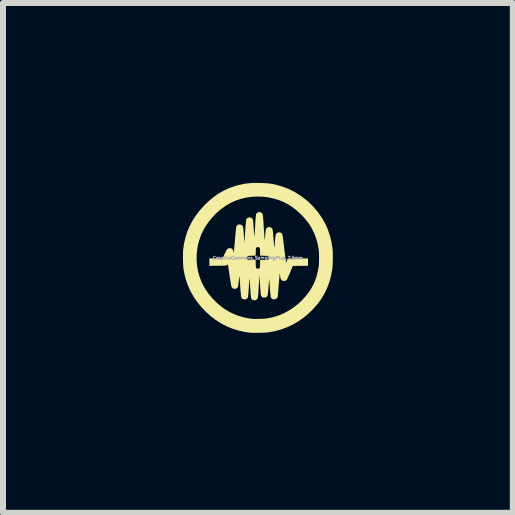
<source format=kicad_pcb>
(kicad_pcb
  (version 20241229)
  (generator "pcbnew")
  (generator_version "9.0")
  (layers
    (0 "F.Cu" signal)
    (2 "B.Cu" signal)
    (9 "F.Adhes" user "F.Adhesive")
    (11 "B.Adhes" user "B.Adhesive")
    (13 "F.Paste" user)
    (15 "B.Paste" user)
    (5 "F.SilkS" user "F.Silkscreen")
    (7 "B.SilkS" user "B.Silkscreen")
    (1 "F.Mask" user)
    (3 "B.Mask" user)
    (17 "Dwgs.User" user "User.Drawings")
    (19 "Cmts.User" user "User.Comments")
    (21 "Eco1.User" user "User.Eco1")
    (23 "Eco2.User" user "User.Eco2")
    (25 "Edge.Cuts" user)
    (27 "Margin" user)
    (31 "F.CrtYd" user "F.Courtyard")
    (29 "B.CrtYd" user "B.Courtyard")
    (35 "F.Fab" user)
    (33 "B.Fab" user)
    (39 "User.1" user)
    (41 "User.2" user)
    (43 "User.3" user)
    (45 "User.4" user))
  (footprint "CreativeCommons_SamplingPlus_2.5mm"
    (layer "F.Cu")
    (at 1.249 1.249)
    (property "Reference" "CreativeCommons_SamplingPlus_2.5mm" (at 0 0 0) (layer "F.Fab") (effects (font (size 0.05 0.05) (thickness 0.013))))
    (attr board_only exclude_from_pos_files exclude_from_bom)
    (fp_poly (pts (xy 0.036 -1.249) (xy 0.09 -1.247) (xy 0.138 -1.244) (xy 0.18 -1.241) (xy 0.22 -1.236) (xy 0.259 -1.229) (xy 0.298 -1.22) (xy 0.398 -1.192) (xy 0.496 -1.156) (xy 0.589 -1.112) (xy 0.679 -1.059) (xy 0.764 -0.999) (xy 0.845 -0.932) (xy 0.921 -0.857) (xy 0.991 -0.775) (xy 1.014 -0.745) (xy 1.072 -0.66) (xy 1.122 -0.571) (xy 1.164 -0.478) (xy 1.198 -0.381) (xy 1.224 -0.28) (xy 1.241 -0.176) (xy 1.246 -0.136) (xy 1.248 -0.107) (xy 1.249 -0.072) (xy 1.249 -0.032) (xy 1.249 0.01) (xy 1.248 0.053) (xy 1.247 0.094) (xy 1.245 0.133) (xy 1.243 0.167) (xy 1.24 0.194) (xy 1.239 0.2) (xy 1.218 0.305) (xy 1.191 0.405) (xy 1.156 0.499) (xy 1.113 0.589) (xy 1.063 0.674) (xy 1.005 0.756) (xy 0.939 0.833) (xy 0.921 0.853) (xy 0.841 0.931) (xy 0.757 1) (xy 0.67 1.061) (xy 0.579 1.113) (xy 0.485 1.157) (xy 0.387 1.193) (xy 0.286 1.221) (xy 0.181 1.24) (xy 0.152 1.243) (xy 0.131 1.245) (xy 0.103 1.247) (xy 0.07 1.248) (xy 0.034 1.249) (xy -0.002 1.249) (xy -0.038 1.249) (xy -0.072 1.249) (xy -0.1 1.249) (xy -0.122 1.247) (xy -0.127 1.247) (xy -0.233 1.232) (xy -0.336 1.208) (xy -0.435 1.176) (xy -0.53 1.136) (xy -0.622 1.087) (xy -0.71 1.03) (xy -0.794 0.965) (xy -0.874 0.892) (xy -0.95 0.81) (xy -0.953 0.807) (xy -1.019 0.725) (xy -1.076 0.64) (xy -1.125 0.552) (xy -1.166 0.461) (xy -1.2 0.365) (xy -1.225 0.265) (xy -1.239 0.193) (xy -1.242 0.169) (xy -1.244 0.138) (xy -1.246 0.102) (xy -1.248 0.062) (xy -1.249 0.02) (xy -1.249 -0.021) (xy -1.249 -0.042) (xy -1.021 -0.042) (xy -1.021 0.048) (xy -1.013 0.138) (xy -0.997 0.226) (xy -0.973 0.313) (xy -0.941 0.397) (xy -0.901 0.478) (xy -0.877 0.518) (xy -0.828 0.59) (xy -0.772 0.659) (xy -0.709 0.725) (xy -0.642 0.786) (xy -0.573 0.84) (xy -0.55 0.855) (xy -0.477 0.899) (xy -0.399 0.937) (xy -0.316 0.968) (xy -0.232 0.993) (xy -0.147 1.009) (xy -0.118 1.013) (xy -0.089 1.016) (xy -0.054 1.017) (xy -0.014 1.018) (xy 0.026 1.017) (xy 0.065 1.016) (xy 0.101 1.014) (xy 0.13 1.011) (xy 0.13 1.011) (xy 0.211 0.998) (xy 0.286 0.98) (xy 0.357 0.956) (xy 0.428 0.926) (xy 0.443 0.918) (xy 0.522 0.875) (xy 0.597 0.825) (xy 0.668 0.769) (xy 0.734 0.708) (xy 0.794 0.642) (xy 0.848 0.573) (xy 0.895 0.501) (xy 0.934 0.427) (xy 0.95 0.389) (xy 0.977 0.313) (xy 0.997 0.234) (xy 1.013 0.149) (xy 1.014 0.139) (xy 1.017 0.116) (xy 1.018 0.087) (xy 1.019 0.052) (xy 1.02 0.015) (xy 1.02 -0.023) (xy 1.019 -0.06) (xy 1.018 -0.093) (xy 1.016 -0.122) (xy 1.014 -0.136) (xy 0.998 -0.229) (xy 0.973 -0.319) (xy 0.941 -0.405) (xy 0.901 -0.487) (xy 0.861 -0.555) (xy 0.813 -0.619) (xy 0.759 -0.683) (xy 0.7 -0.743) (xy 0.636 -0.799) (xy 0.571 -0.849) (xy 0.518 -0.884) (xy 0.438 -0.927) (xy 0.354 -0.962) (xy 0.266 -0.989) (xy 0.176 -1.008) (xy 0.083 -1.02) (xy -0.011 -1.023) (xy -0.105 -1.017) (xy -0.2 -1.004) (xy -0.209 -1.002) (xy -0.298 -0.98) (xy -0.384 -0.949) (xy -0.467 -0.91) (xy -0.546 -0.862) (xy -0.622 -0.807) (xy -0.694 -0.745) (xy -0.761 -0.674) (xy -0.824 -0.597) (xy -0.857 -0.55) (xy -0.904 -0.473) (xy -0.943 -0.391) (xy -0.974 -0.307) (xy -0.998 -0.22) (xy -1.013 -0.131) (xy -1.021 -0.042) (xy -1.249 -0.042) (xy -1.249 -0.06) (xy -1.248 -0.096) (xy -1.247 -0.125) (xy -1.246 -0.135) (xy -1.231 -0.239) (xy -1.208 -0.34) (xy -1.177 -0.437) (xy -1.137 -0.53) (xy -1.09 -0.62) (xy -1.033 -0.707) (xy -0.969 -0.792) (xy -0.895 -0.873) (xy -0.878 -0.891) (xy -0.802 -0.962) (xy -0.724 -1.025) (xy -0.645 -1.079) (xy -0.563 -1.125) (xy -0.477 -1.164) (xy -0.387 -1.196) (xy -0.323 -1.214) (xy -0.272 -1.225) (xy -0.225 -1.235) (xy -0.177 -1.241) (xy -0.129 -1.246) (xy -0.077 -1.249) (xy -0.019 -1.249)) (stroke (width 0) (type solid)) (fill yes) (layer "F.SilkS"))
    (fp_poly (pts (xy 0.041 -0.761) (xy 0.054 -0.756) (xy 0.061 -0.752) (xy 0.067 -0.748) (xy 0.071 -0.743) (xy 0.075 -0.736) (xy 0.079 -0.727) (xy 0.082 -0.714) (xy 0.084 -0.697) (xy 0.087 -0.675) (xy 0.089 -0.647) (xy 0.092 -0.613) (xy 0.094 -0.571) (xy 0.097 -0.521) (xy 0.098 -0.506) (xy 0.101 -0.463) (xy 0.104 -0.424) (xy 0.106 -0.388) (xy 0.108 -0.357) (xy 0.11 -0.332) (xy 0.112 -0.313) (xy 0.113 -0.302) (xy 0.113 -0.298) (xy 0.115 -0.303) (xy 0.116 -0.316) (xy 0.118 -0.335) (xy 0.121 -0.359) (xy 0.123 -0.386) (xy 0.123 -0.388) (xy 0.126 -0.422) (xy 0.129 -0.448) (xy 0.132 -0.468) (xy 0.136 -0.482) (xy 0.141 -0.492) (xy 0.148 -0.499) (xy 0.156 -0.505) (xy 0.16 -0.507) (xy 0.18 -0.513) (xy 0.201 -0.512) (xy 0.221 -0.505) (xy 0.237 -0.492) (xy 0.242 -0.483) (xy 0.245 -0.474) (xy 0.248 -0.456) (xy 0.251 -0.429) (xy 0.254 -0.393) (xy 0.258 -0.348) (xy 0.259 -0.341) (xy 0.262 -0.292) (xy 0.265 -0.253) (xy 0.268 -0.222) (xy 0.27 -0.199) (xy 0.272 -0.183) (xy 0.273 -0.176) (xy 0.275 -0.176) (xy 0.276 -0.183) (xy 0.278 -0.196) (xy 0.28 -0.216) (xy 0.282 -0.243) (xy 0.284 -0.27) (xy 0.288 -0.308) (xy 0.291 -0.338) (xy 0.293 -0.362) (xy 0.297 -0.379) (xy 0.3 -0.392) (xy 0.305 -0.402) (xy 0.31 -0.409) (xy 0.318 -0.414) (xy 0.327 -0.419) (xy 0.328 -0.42) (xy 0.348 -0.426) (xy 0.369 -0.424) (xy 0.388 -0.416) (xy 0.403 -0.402) (xy 0.406 -0.396) (xy 0.408 -0.389) (xy 0.411 -0.373) (xy 0.415 -0.35) (xy 0.419 -0.319) (xy 0.424 -0.282) (xy 0.43 -0.239) (xy 0.436 -0.191) (xy 0.438 -0.168) (xy 0.443 -0.124) (xy 0.448 -0.082) (xy 0.453 -0.044) (xy 0.457 -0.01) (xy 0.461 0.019) (xy 0.464 0.042) (xy 0.466 0.058) (xy 0.467 0.066) (xy 0.469 0.083) (xy 0.479 0.061) (xy 0.484 0.048) (xy 0.49 0.037) (xy 0.495 0.029) (xy 0.502 0.022) (xy 0.512 0.017) (xy 0.525 0.014) (xy 0.542 0.011) (xy 0.565 0.01) (xy 0.593 0.009) (xy 0.629 0.009) (xy 0.672 0.009) (xy 0.836 0.009) (xy 0.836 0.132) (xy 0.582 0.134) (xy 0.535 0.247) (xy 0.522 0.277) (xy 0.51 0.305) (xy 0.499 0.329) (xy 0.49 0.349) (xy 0.483 0.362) (xy 0.48 0.368) (xy 0.463 0.38) (xy 0.444 0.385) (xy 0.422 0.383) (xy 0.402 0.375) (xy 0.396 0.37) (xy 0.387 0.361) (xy 0.381 0.349) (xy 0.376 0.332) (xy 0.372 0.31) (xy 0.37 0.29) (xy 0.369 0.273) (xy 0.367 0.261) (xy 0.366 0.256) (xy 0.365 0.256) (xy 0.365 0.261) (xy 0.363 0.274) (xy 0.361 0.294) (xy 0.359 0.32) (xy 0.356 0.352) (xy 0.353 0.387) (xy 0.349 0.427) (xy 0.348 0.45) (xy 0.344 0.491) (xy 0.341 0.53) (xy 0.338 0.565) (xy 0.335 0.596) (xy 0.333 0.621) (xy 0.331 0.639) (xy 0.329 0.65) (xy 0.329 0.653) (xy 0.323 0.665) (xy 0.311 0.677) (xy 0.297 0.686) (xy 0.284 0.691) (xy 0.283 0.691) (xy 0.261 0.691) (xy 0.246 0.688) (xy 0.238 0.684) (xy 0.231 0.679) (xy 0.226 0.675) (xy 0.222 0.668) (xy 0.218 0.66) (xy 0.215 0.649) (xy 0.212 0.633) (xy 0.21 0.612) (xy 0.207 0.585) (xy 0.204 0.551) (xy 0.201 0.509) (xy 0.2 0.498) (xy 0.188 0.343) (xy 0.178 0.48) (xy 0.175 0.517) (xy 0.172 0.551) (xy 0.169 0.581) (xy 0.166 0.604) (xy 0.163 0.621) (xy 0.161 0.63) (xy 0.161 0.631) (xy 0.15 0.647) (xy 0.134 0.657) (xy 0.115 0.662) (xy 0.095 0.662) (xy 0.076 0.656) (xy 0.061 0.644) (xy 0.053 0.631) (xy 0.051 0.622) (xy 0.048 0.604) (xy 0.046 0.579) (xy 0.043 0.547) (xy 0.04 0.508) (xy 0.037 0.463) (xy 0.037 0.457) (xy 0.034 0.42) (xy 0.032 0.386) (xy 0.03 0.356) (xy 0.028 0.331) (xy 0.027 0.312) (xy 0.026 0.3) (xy 0.026 0.297) (xy 0.025 0.301) (xy 0.024 0.313) (xy 0.023 0.333) (xy 0.021 0.358) (xy 0.019 0.389) (xy 0.017 0.424) (xy 0.015 0.463) (xy 0.014 0.476) (xy 0.011 0.525) (xy 0.009 0.564) (xy 0.007 0.597) (xy 0.004 0.623) (xy 0.002 0.644) (xy -0.001 0.659) (xy -0.004 0.671) (xy -0.007 0.68) (xy -0.012 0.686) (xy -0.017 0.692) (xy -0.023 0.696) (xy -0.023 0.697) (xy -0.042 0.706) (xy -0.064 0.707) (xy -0.084 0.702) (xy -0.086 0.701) (xy -0.094 0.697) (xy -0.1 0.692) (xy -0.105 0.686) (xy -0.109 0.677) (xy -0.113 0.666) (xy -0.116 0.65) (xy -0.118 0.63) (xy -0.121 0.604) (xy -0.123 0.571) (xy -0.126 0.531) (xy -0.128 0.499) (xy -0.13 0.462) (xy -0.133 0.428) (xy -0.135 0.397) (xy -0.137 0.372) (xy -0.138 0.354) (xy -0.139 0.342) (xy -0.14 0.338) (xy -0.14 0.343) (xy -0.141 0.356) (xy -0.143 0.375) (xy -0.145 0.401) (xy -0.147 0.432) (xy -0.15 0.466) (xy -0.152 0.497) (xy -0.155 0.541) (xy -0.157 0.577) (xy -0.16 0.605) (xy -0.162 0.628) (xy -0.165 0.645) (xy -0.167 0.657) (xy -0.171 0.666) (xy -0.175 0.673) (xy -0.18 0.678) (xy -0.186 0.683) (xy -0.188 0.684) (xy -0.203 0.69) (xy -0.222 0.691) (xy -0.241 0.689) (xy -0.254 0.684) (xy -0.26 0.68) (xy -0.266 0.675) (xy -0.27 0.67) (xy -0.274 0.662) (xy -0.277 0.652) (xy -0.28 0.637) (xy -0.283 0.618) (xy -0.285 0.593) (xy -0.288 0.562) (xy -0.291 0.524) (xy -0.294 0.479) (xy -0.297 0.44) (xy -0.299 0.404) (xy -0.302 0.372) (xy -0.304 0.345) (xy -0.306 0.324) (xy -0.308 0.31) (xy -0.309 0.304) (xy -0.309 0.303) (xy -0.31 0.306) (xy -0.312 0.317) (xy -0.314 0.335) (xy -0.316 0.357) (xy -0.319 0.383) (xy -0.319 0.385) (xy -0.322 0.416) (xy -0.325 0.442) (xy -0.328 0.464) (xy -0.331 0.478) (xy -0.332 0.484) (xy -0.345 0.501) (xy -0.362 0.512) (xy -0.382 0.516) (xy -0.402 0.515) (xy -0.421 0.506) (xy -0.435 0.491) (xy -0.437 0.488) (xy -0.44 0.48) (xy -0.444 0.464) (xy -0.449 0.441) (xy -0.454 0.409) (xy -0.46 0.368) (xy -0.468 0.319) (xy -0.47 0.302) (xy -0.476 0.263) (xy -0.481 0.227) (xy -0.486 0.194) (xy -0.491 0.166) (xy -0.494 0.143) (xy -0.496 0.128) (xy -0.498 0.12) (xy -0.498 0.119) (xy -0.5 0.109) (xy -0.514 0.119) (xy -0.518 0.122) (xy -0.523 0.124) (xy -0.529 0.126) (xy -0.537 0.128) (xy -0.548 0.129) (xy -0.565 0.129) (xy -0.586 0.13) (xy -0.615 0.13) (xy -0.65 0.131) (xy -0.669 0.131) (xy -0.809 0.132) (xy -0.809 0.009) (xy -0.589 0.009) (xy -0.581 -0.007) (xy -0.181 -0.007) (xy -0.18 0.01) (xy -0.173 0.023) (xy -0.169 0.028) (xy -0.164 0.031) (xy -0.157 0.033) (xy -0.146 0.034) (xy -0.129 0.035) (xy -0.105 0.035) (xy -0.101 0.036) (xy -0.037 0.037) (xy -0.036 0.101) (xy -0.035 0.126) (xy -0.034 0.144) (xy -0.033 0.156) (xy -0.031 0.164) (xy -0.028 0.169) (xy -0.024 0.173) (xy -0.023 0.173) (xy -0.011 0.18) (xy 0 0.182) (xy 0.013 0.179) (xy 0.023 0.173) (xy 0.028 0.169) (xy 0.031 0.164) (xy 0.033 0.157) (xy 0.034 0.146) (xy 0.035 0.129) (xy 0.035 0.105) (xy 0.036 0.101) (xy 0.037 0.037) (xy 0.101 0.036) (xy 0.126 0.035) (xy 0.144 0.034) (xy 0.156 0.033) (xy 0.164 0.031) (xy 0.169 0.028) (xy 0.173 0.024) (xy 0.173 0.023) (xy 0.181 0.007) (xy 0.18 -0.01) (xy 0.173 -0.023) (xy 0.169 -0.028) (xy 0.164 -0.031) (xy 0.157 -0.033) (xy 0.146 -0.034) (xy 0.129 -0.035) (xy 0.105 -0.035) (xy 0.101 -0.036) (xy 0.037 -0.037) (xy 0.036 -0.101) (xy 0.035 -0.126) (xy 0.034 -0.144) (xy 0.033 -0.156) (xy 0.031 -0.164) (xy 0.028 -0.169) (xy 0.024 -0.173) (xy 0.023 -0.173) (xy 0.011 -0.18) (xy 0 -0.182) (xy -0.013 -0.179) (xy -0.023 -0.173) (xy -0.028 -0.169) (xy -0.031 -0.164) (xy -0.033 -0.157) (xy -0.034 -0.146) (xy -0.035 -0.129) (xy -0.035 -0.105) (xy -0.036 -0.101) (xy -0.037 -0.037) (xy -0.101 -0.036) (xy -0.126 -0.035) (xy -0.144 -0.034) (xy -0.156 -0.033) (xy -0.164 -0.031) (xy -0.169 -0.028) (xy -0.173 -0.024) (xy -0.173 -0.023) (xy -0.181 -0.007) (xy -0.581 -0.007) (xy -0.555 -0.064) (xy -0.543 -0.089) (xy -0.531 -0.111) (xy -0.521 -0.13) (xy -0.513 -0.143) (xy -0.508 -0.148) (xy -0.492 -0.158) (xy -0.472 -0.163) (xy -0.452 -0.161) (xy -0.443 -0.158) (xy -0.427 -0.147) (xy -0.416 -0.133) (xy -0.409 -0.114) (xy -0.406 -0.101) (xy -0.404 -0.088) (xy -0.402 -0.081) (xy -0.4 -0.082) (xy -0.4 -0.082) (xy -0.4 -0.089) (xy -0.399 -0.104) (xy -0.397 -0.126) (xy -0.395 -0.155) (xy -0.392 -0.188) (xy -0.389 -0.226) (xy -0.385 -0.267) (xy -0.382 -0.304) (xy -0.377 -0.359) (xy -0.373 -0.405) (xy -0.369 -0.443) (xy -0.366 -0.474) (xy -0.363 -0.497) (xy -0.36 -0.513) (xy -0.358 -0.524) (xy -0.357 -0.527) (xy -0.344 -0.544) (xy -0.326 -0.554) (xy -0.306 -0.558) (xy -0.286 -0.554) (xy -0.267 -0.545) (xy -0.253 -0.531) (xy -0.251 -0.527) (xy -0.248 -0.52) (xy -0.246 -0.511) (xy -0.244 -0.498) (xy -0.242 -0.479) (xy -0.24 -0.455) (xy -0.238 -0.424) (xy -0.235 -0.385) (xy -0.235 -0.383) (xy -0.225 -0.248) (xy -0.212 -0.438) (xy -0.209 -0.492) (xy -0.205 -0.538) (xy -0.202 -0.575) (xy -0.199 -0.604) (xy -0.197 -0.625) (xy -0.195 -0.639) (xy -0.193 -0.644) (xy -0.183 -0.658) (xy -0.167 -0.669) (xy -0.148 -0.675) (xy -0.129 -0.675) (xy -0.11 -0.668) (xy -0.094 -0.654) (xy -0.083 -0.636) (xy -0.082 -0.633) (xy -0.081 -0.624) (xy -0.079 -0.607) (xy -0.077 -0.584) (xy -0.075 -0.556) (xy -0.073 -0.524) (xy -0.07 -0.49) (xy -0.07 -0.482) (xy -0.067 -0.445) (xy -0.065 -0.414) (xy -0.063 -0.39) (xy -0.061 -0.372) (xy -0.06 -0.363) (xy -0.058 -0.361) (xy -0.058 -0.362) (xy -0.057 -0.369) (xy -0.056 -0.385) (xy -0.054 -0.407) (xy -0.052 -0.435) (xy -0.05 -0.468) (xy -0.048 -0.504) (xy -0.045 -0.543) (xy -0.045 -0.545) (xy -0.042 -0.597) (xy -0.039 -0.641) (xy -0.036 -0.677) (xy -0.034 -0.703) (xy -0.031 -0.721) (xy -0.029 -0.731) (xy -0.018 -0.747) (xy -0.001 -0.758) (xy 0.019 -0.763)) (stroke (width 0) (type solid)) (fill yes) (layer "F.SilkS")))
  (gr_rect
    (start -3 -3)
    (end 5.499 5.499)
    (stroke (width 0.1) (type default))
    (fill no)
    (layer "Edge.Cuts")))
</source>
